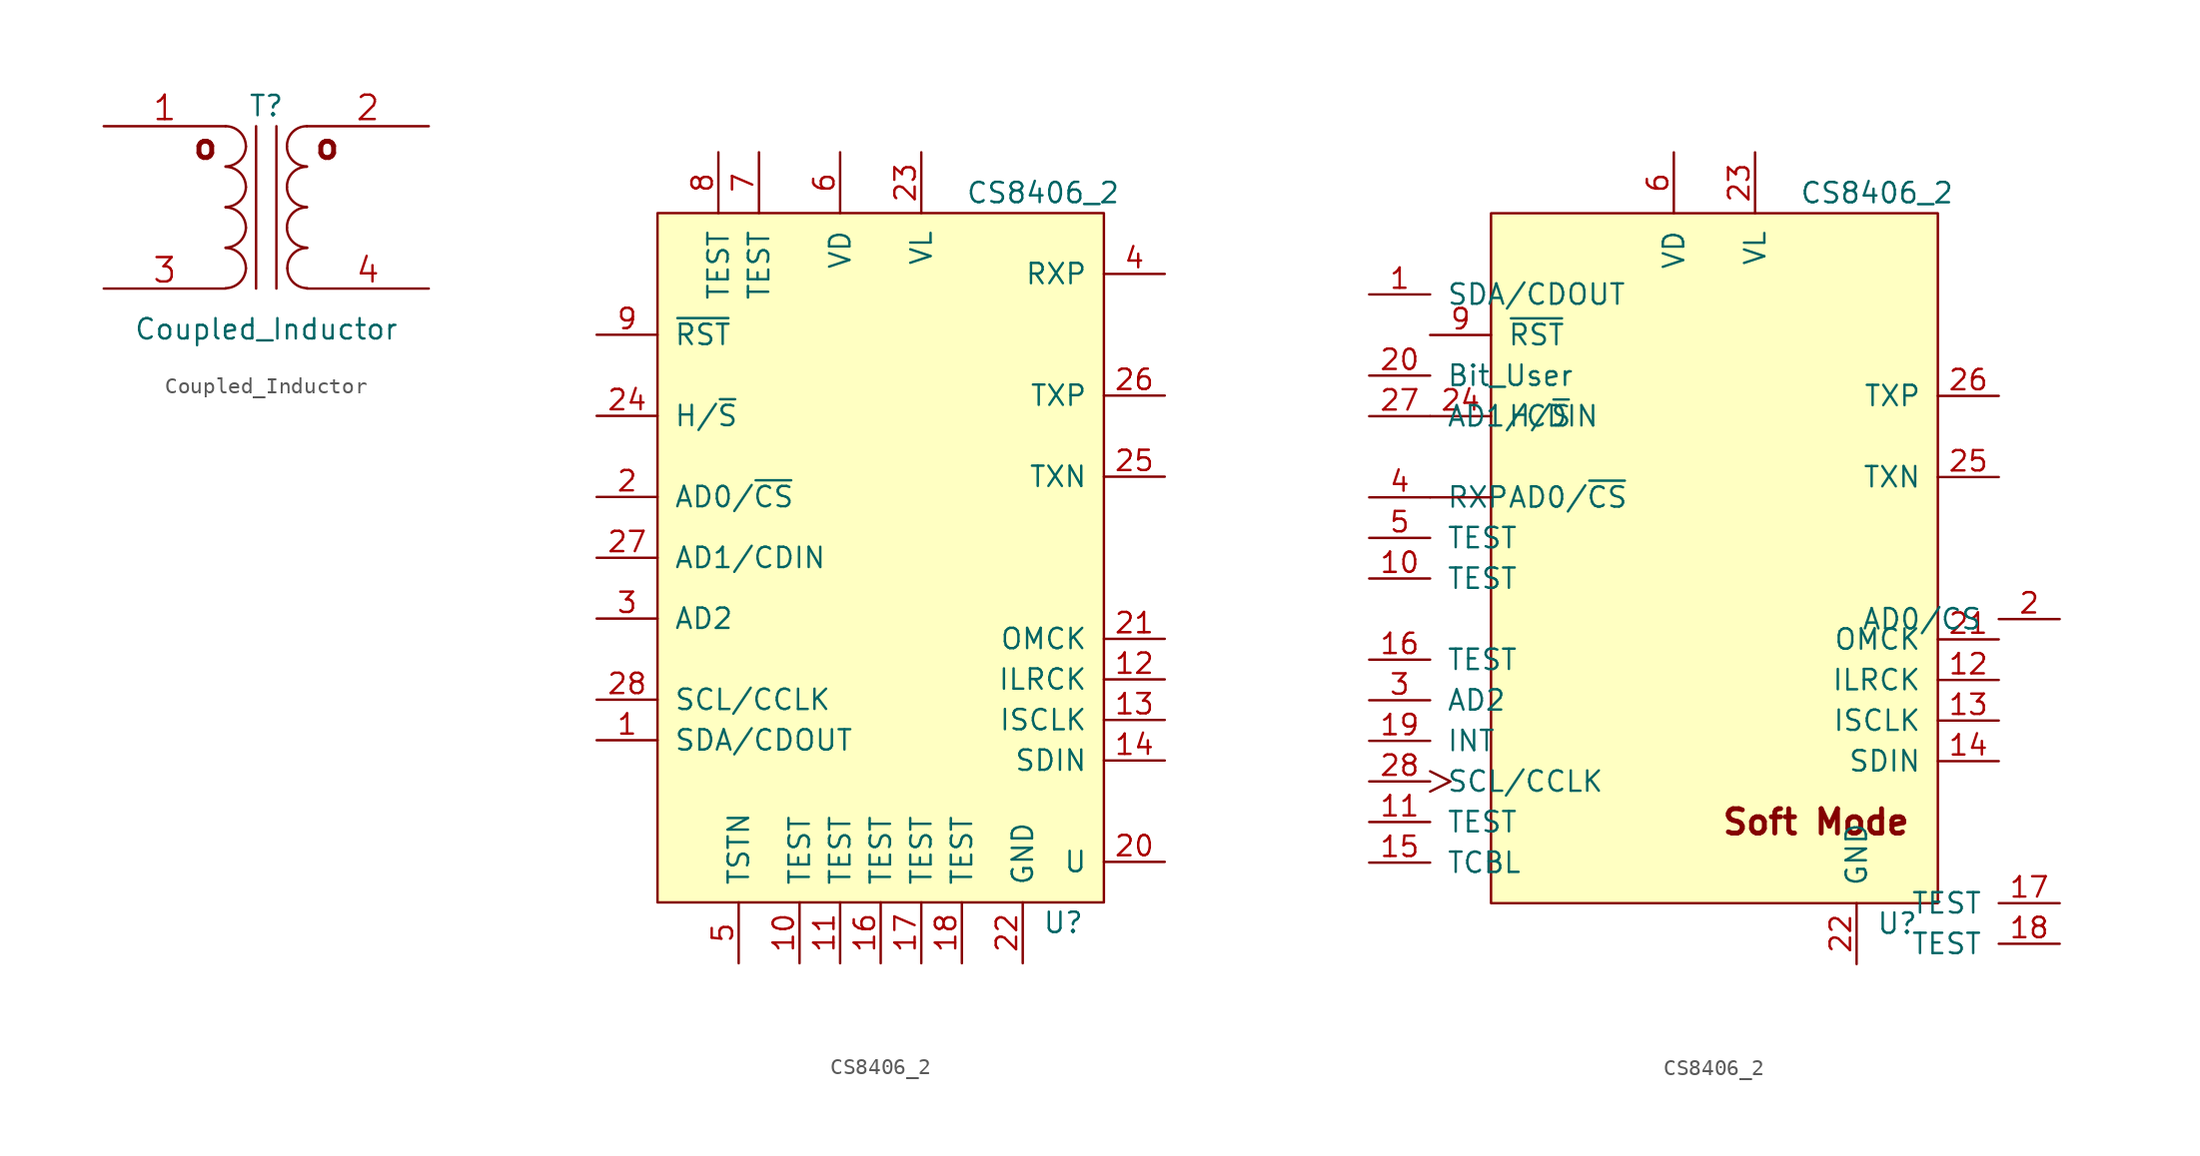
<source format=kicad_sym>
(kicad_symbol_lib
  (version 20211014)
  (generator kicad_symbol_editor)
  (symbol "Coupled_Inductor"
    (pin_names
      (offset 1.016) hide)
    (property "Reference" "T"
      (at 0 6.35 0)
      (effects (font (size 1.27 1.27))))
    (property "Value" "Coupled_Inductor"
      (at 0 -7.62 0)
      (effects (font (size 1.27 1.27))))
    (property "Footprint" ""
      (at 0 0 0)
      (effects (font (size 1.524 1.524))))
    (property "Datasheet" ""
      (at 0 0 0)
      (effects (font (size 1.524 1.524))))
    (symbol "Coupled_Inductor_0_0"
      (text "o" (at -3.81 3.81 0) (effects (font (size 1.524 1.524) bold)))
      (text "o" (at 3.81 3.81 0) (effects (font (size 1.524 1.524) bold))))
    (symbol "Coupled_Inductor_0_1"
      (arc (start -2.54 -5.0546) (mid -1.6561 -4.6863) (end -1.27 -3.81) (stroke (width 0) (type default) (color 0 0 0 0)) (fill (type none)))
      (arc (start -2.54 -2.5146) (mid -1.6561 -2.1463) (end -1.27 -1.27) (stroke (width 0) (type default) (color 0 0 0 0)) (fill (type none)))
      (arc (start -2.54 0.0254) (mid -1.6561 0.3937) (end -1.27 1.27) (stroke (width 0) (type default) (color 0 0 0 0)) (fill (type none)))
      (arc (start -2.54 2.5654) (mid -1.6561 2.9337) (end -1.27 3.81) (stroke (width 0) (type default) (color 0 0 0 0)) (fill (type none)))
      (arc (start -1.27 -3.81) (mid -1.642 -2.912) (end -2.54 -2.54) (stroke (width 0) (type default) (color 0 0 0 0)) (fill (type none)))
      (arc (start -1.27 -1.27) (mid -1.642 -0.372) (end -2.54 0) (stroke (width 0) (type default) (color 0 0 0 0)) (fill (type none)))
      (arc (start -1.27 1.27) (mid -1.642 2.168) (end -2.54 2.54) (stroke (width 0) (type default) (color 0 0 0 0)) (fill (type none)))
      (arc (start -1.27 3.81) (mid -1.642 4.708) (end -2.54 5.08) (stroke (width 0) (type default) (color 0 0 0 0)) (fill (type none)))
      (polyline (pts (xy -0.635 5.08) (xy -0.635 -5.08)) (stroke (width 0) (type default) (color 0 0 0 0)) (fill (type none)))
      (polyline (pts (xy 0.635 -5.08) (xy 0.635 5.08)) (stroke (width 0) (type default) (color 0 0 0 0)) (fill (type none)))
      (arc (start 1.2954 -1.27) (mid 1.6599 -2.1501) (end 2.54 -2.5146) (stroke (width 0) (type default) (color 0 0 0 0)) (fill (type none)))
      (arc (start 1.2954 1.27) (mid 1.6599 0.3899) (end 2.54 0.0254) (stroke (width 0) (type default) (color 0 0 0 0)) (fill (type none)))
      (arc (start 1.2954 3.81) (mid 1.6599 2.9299) (end 2.54 2.5654) (stroke (width 0) (type default) (color 0 0 0 0)) (fill (type none)))
      (arc (start 1.3208 -3.81) (mid 1.6853 -4.6901) (end 2.5654 -5.0546) (stroke (width 0) (type default) (color 0 0 0 0)) (fill (type none)))
      (arc (start 2.54 0) (mid 1.6456 -0.3683) (end 1.2954 -1.27) (stroke (width 0) (type default) (color 0 0 0 0)) (fill (type none)))
      (arc (start 2.54 2.54) (mid 1.6456 2.1717) (end 1.2954 1.27) (stroke (width 0) (type default) (color 0 0 0 0)) (fill (type none)))
      (arc (start 2.54 5.08) (mid 1.6456 4.7117) (end 1.2954 3.81) (stroke (width 0) (type default) (color 0 0 0 0)) (fill (type none)))
      (arc (start 2.5654 -2.54) (mid 1.671 -2.9083) (end 1.3208 -3.81) (stroke (width 0) (type default) (color 0 0 0 0)) (fill (type none))))
    (symbol "Coupled_Inductor_1_1"
      (pin passive line (at -10.16 5.08 0) (length 7.62) (name "AA" (effects (font (size 1.524 1.524)))) (number "1" (effects (font (size 1.524 1.524)))))
      (pin passive line (at 10.16 5.08 180) (length 7.62) (name "SB" (effects (font (size 1.524 1.524)))) (number "2" (effects (font (size 1.524 1.524)))))
      (pin passive line (at -10.16 -5.08 0) (length 7.62) (name "AB" (effects (font (size 1.524 1.524)))) (number "3" (effects (font (size 1.524 1.524)))))
      (pin passive line (at 10.16 -5.08 180) (length 7.62) (name "SA" (effects (font (size 1.524 1.524)))) (number "4" (effects (font (size 1.524 1.524)))))))
  (symbol "CS8406_2"
    (pin_names
      (offset 1.016))
    (property "Reference" "U"
      (at 11.43 -22.86 0)
      (effects (font (size 1.27 1.27))))
    (property "Value" "CS8406_2"
      (at 10.16 22.86 0)
      (effects (font (size 1.27 1.27))))
    (symbol "CS8406_2_0_0"
      (rectangle (start -13.97 21.59) (end 13.97 -21.59) (stroke (width 0) (type default) (color 0 0 0 0)) (fill (type background))))
    (symbol "CS8406_2_0_2"
      (text "Soft Mode" (at 6.35 -16.51 0) (effects (font (size 1.524 1.524) bold))))
    (symbol "CS8406_2_1_0"
      (pin bidirectional line (at 17.78 -7.62 180) (length 3.81) (name "ILRCK" (effects (font (size 1.27 1.27)))) (number "12" (effects (font (size 1.27 1.27)))))
      (pin bidirectional line (at 17.78 -10.16 180) (length 3.81) (name "ISCLK" (effects (font (size 1.27 1.27)))) (number "13" (effects (font (size 1.27 1.27)))))
      (pin input line (at 17.78 -12.7 180) (length 3.81) (name "SDIN" (effects (font (size 1.27 1.27)))) (number "14" (effects (font (size 1.27 1.27)))))
      (pin input line (at 17.78 -5.08 180) (length 3.81) (name "OMCK" (effects (font (size 1.27 1.27)))) (number "21" (effects (font (size 1.27 1.27)))))
      (pin power_in line (at 8.89 -25.4 90) (length 3.81) (name "GND" (effects (font (size 1.27 1.27)))) (number "22" (effects (font (size 1.27 1.27)))))
      (pin power_in line (at 2.54 25.4 270) (length 3.81) (name "VL" (effects (font (size 1.27 1.27)))) (number "23" (effects (font (size 1.27 1.27)))))
      (pin input line (at -17.78 8.89 0) (length 3.81) (name "H/~{S}" (effects (font (size 1.27 1.27)))) (number "24" (effects (font (size 1.27 1.27)))))
      (pin output line (at 17.78 5.08 180) (length 3.81) (name "TXN" (effects (font (size 1.27 1.27)))) (number "25" (effects (font (size 1.27 1.27)))))
      (pin output line (at 17.78 10.16 180) (length 3.81) (name "TXP" (effects (font (size 1.27 1.27)))) (number "26" (effects (font (size 1.27 1.27)))))
      (pin power_in line (at -2.54 25.4 270) (length 3.81) (name "VD" (effects (font (size 1.27 1.27)))) (number "6" (effects (font (size 1.27 1.27)))))
      (pin input line (at -17.78 13.97 0) (length 3.81) (name "~{RST}" (effects (font (size 1.27 1.27)))) (number "9" (effects (font (size 1.27 1.27))))))
    (symbol "CS8406_2_1_1"
      (pin input line (at -17.78 -11.43 0) (length 3.81) (name "SDA/CDOUT" (effects (font (size 1.27 1.27)))) (number "1" (effects (font (size 1.27 1.27)))))
      (pin input line (at -5.08 -25.4 90) (length 3.81) (name "TEST" (effects (font (size 1.27 1.27)))) (number "10" (effects (font (size 1.27 1.27)))))
      (pin input line (at -2.54 -25.4 90) (length 3.81) (name "TEST" (effects (font (size 1.27 1.27)))) (number "11" (effects (font (size 1.27 1.27)))))
      (pin input line (at 0 -25.4 90) (length 3.81) (name "TEST" (effects (font (size 1.27 1.27)))) (number "16" (effects (font (size 1.27 1.27)))))
      (pin output line (at 2.54 -25.4 90) (length 3.81) (name "TEST" (effects (font (size 1.27 1.27)))) (number "17" (effects (font (size 1.27 1.27)))))
      (pin bidirectional line (at 5.08 -25.4 90) (length 3.81) (name "TEST" (effects (font (size 1.27 1.27)))) (number "18" (effects (font (size 1.27 1.27)))))
      (pin input line (at -17.78 3.81 0) (length 3.81) (name "AD0/~{CS}" (effects (font (size 1.27 1.27)))) (number "2" (effects (font (size 1.27 1.27)))))
      (pin input line (at 17.78 -19.05 180) (length 3.81) (name "U" (effects (font (size 1.27 1.27)))) (number "20" (effects (font (size 1.27 1.27)))))
      (pin input line (at -17.78 0 0) (length 3.81) (name "AD1/CDIN" (effects (font (size 1.27 1.27)))) (number "27" (effects (font (size 1.27 1.27)))))
      (pin input line (at -17.78 -8.89 0) (length 3.81) (name "SCL/CCLK" (effects (font (size 1.27 1.27)))) (number "28" (effects (font (size 1.27 1.27)))))
      (pin input line (at -17.78 -3.81 0) (length 3.81) (name "AD2" (effects (font (size 1.27 1.27)))) (number "3" (effects (font (size 1.27 1.27)))))
      (pin input line (at 17.78 17.78 180) (length 3.81) (name "RXP" (effects (font (size 1.27 1.27)))) (number "4" (effects (font (size 1.27 1.27)))))
      (pin input line (at -8.89 -25.4 90) (length 3.81) (name "TSTN" (effects (font (size 1.27 1.27)))) (number "5" (effects (font (size 1.27 1.27)))))
      (pin input line (at -7.62 25.4 270) (length 3.81) (name "TEST" (effects (font (size 1.27 1.27)))) (number "7" (effects (font (size 1.27 1.27)))))
      (pin input line (at -10.16 25.4 270) (length 3.81) (name "TEST" (effects (font (size 1.27 1.27)))) (number "8" (effects (font (size 1.27 1.27))))))
    (symbol "CS8406_2_1_2"
      (pin input line (at -21.59 16.51 0) (length 3.81) (name "SDA/CDOUT" (effects (font (size 1.27 1.27)))) (number "1" (effects (font (size 1.27 1.27)))))
      (pin input line (at -21.59 -1.27 0) (length 3.81) (name "TEST" (effects (font (size 1.27 1.27)))) (number "10" (effects (font (size 1.27 1.27)))))
      (pin input line (at -21.59 -16.51 0) (length 3.81) (name "TEST" (effects (font (size 1.27 1.27)))) (number "11" (effects (font (size 1.27 1.27)))))
      (pin bidirectional line (at -21.59 -19.05 0) (length 3.81) (name "TCBL" (effects (font (size 1.27 1.27)))) (number "15" (effects (font (size 1.27 1.27)))))
      (pin input line (at -21.59 -6.35 0) (length 3.81) (name "TEST" (effects (font (size 1.27 1.27)))) (number "16" (effects (font (size 1.27 1.27)))))
      (pin input line (at 21.59 -21.59 180) (length 3.81) (name "TEST" (effects (font (size 1.27 1.27)))) (number "17" (effects (font (size 1.27 1.27)))))
      (pin input line (at 21.59 -24.13 180) (length 3.81) (name "TEST" (effects (font (size 1.27 1.27)))) (number "18" (effects (font (size 1.27 1.27)))))
      (pin output line (at -21.59 -11.43 0) (length 3.81) (name "INT" (effects (font (size 1.27 1.27)))) (number "19" (effects (font (size 1.27 1.27)))))
      (pin input line (at 21.59 -3.81 180) (length 3.81) (name "AD0/CS" (effects (font (size 1.27 1.27)))) (number "2" (effects (font (size 1.27 1.27)))))
      (pin input line (at -21.59 11.43 0) (length 3.81) (name "Bit_User" (effects (font (size 1.27 1.27)))) (number "20" (effects (font (size 1.27 1.27)))))
      (pin input line (at -21.59 8.89 0) (length 3.81) (name "AD1/CDIN" (effects (font (size 1.27 1.27)))) (number "27" (effects (font (size 1.27 1.27)))))
      (pin input clock (at -21.59 -13.97 0) (length 3.81) (name "SCL/CCLK" (effects (font (size 1.27 1.27)))) (number "28" (effects (font (size 1.27 1.27)))))
      (pin input line (at -21.59 -8.89 0) (length 3.81) (name "AD2" (effects (font (size 1.27 1.27)))) (number "3" (effects (font (size 1.27 1.27)))))
      (pin input line (at -21.59 3.81 0) (length 3.81) (name "RXP" (effects (font (size 1.27 1.27)))) (number "4" (effects (font (size 1.27 1.27)))))
      (pin input line (at -21.59 1.27 0) (length 3.81) (name "TEST" (effects (font (size 1.27 1.27)))) (number "5" (effects (font (size 1.27 1.27)))))
      (pin input line (at -17.78 3.81 0) (length 3.81) (name "AD0/~{CS}" (effects (font (size 1.27 1.27)))) (number "~" (effects (font (size 1.27 1.27))))))))
</source>
